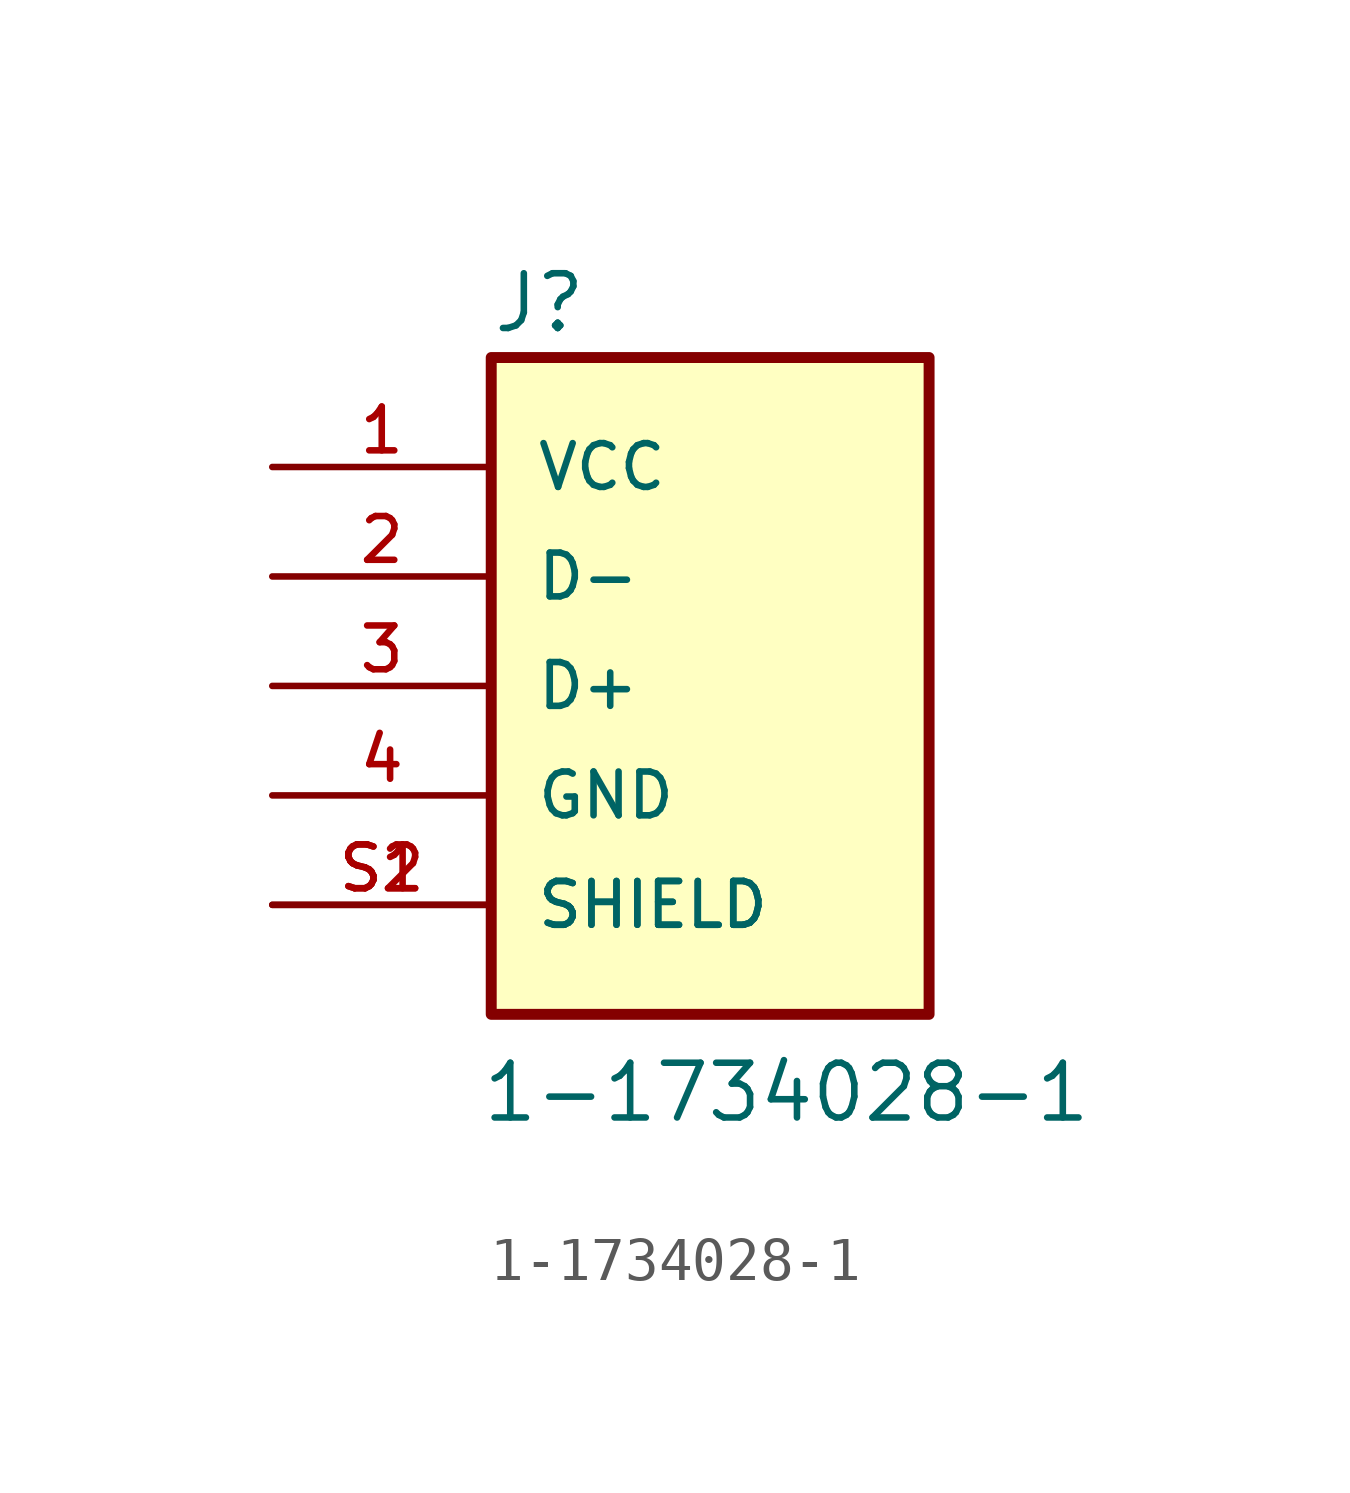
<source format=kicad_sym>
(kicad_symbol_lib
  (version 20211014)
  (generator kicad_symbol_editor)
  (symbol "1-1734028-1"
    (pin_names
      (offset 1.016))
    (property "Reference" "J"
      (at -5.089 8.142 0)
      (effects (font (size 1.27 1.27)) (justify bottom left)))
    (property "Value" "1-1734028-1"
      (at -5.343 -10.177 0)
      (effects (font (size 1.27 1.27)) (justify bottom left)))
    (symbol "1-1734028-1_0_0"
      (rectangle (start -5.08 -7.62) (end 5.08 7.62) (stroke (width 0.254)) (fill (type background)))
      (pin power_in line (at -10.16 5.08 0) (length 5.08) (name "VCC" (effects (font (size 1.016 1.016)))) (number "1" (effects (font (size 1.016 1.016)))))
      (pin bidirectional line (at -10.16 2.54 0) (length 5.08) (name "D-" (effects (font (size 1.016 1.016)))) (number "2" (effects (font (size 1.016 1.016)))))
      (pin bidirectional line (at -10.16 0.0 0) (length 5.08) (name "D+" (effects (font (size 1.016 1.016)))) (number "3" (effects (font (size 1.016 1.016)))))
      (pin power_in line (at -10.16 -2.54 0) (length 5.08) (name "GND" (effects (font (size 1.016 1.016)))) (number "4" (effects (font (size 1.016 1.016)))))
      (pin power_in line (at -10.16 -5.08 0) (length 5.08) (name "SHIELD" (effects (font (size 1.016 1.016)))) (number "S1" (effects (font (size 1.016 1.016)))))
      (pin power_in line (at -10.16 -5.08 0) (length 5.08) (name "SHIELD" (effects (font (size 1.016 1.016)))) (number "S2" (effects (font (size 1.016 1.016))))))))
</source>
